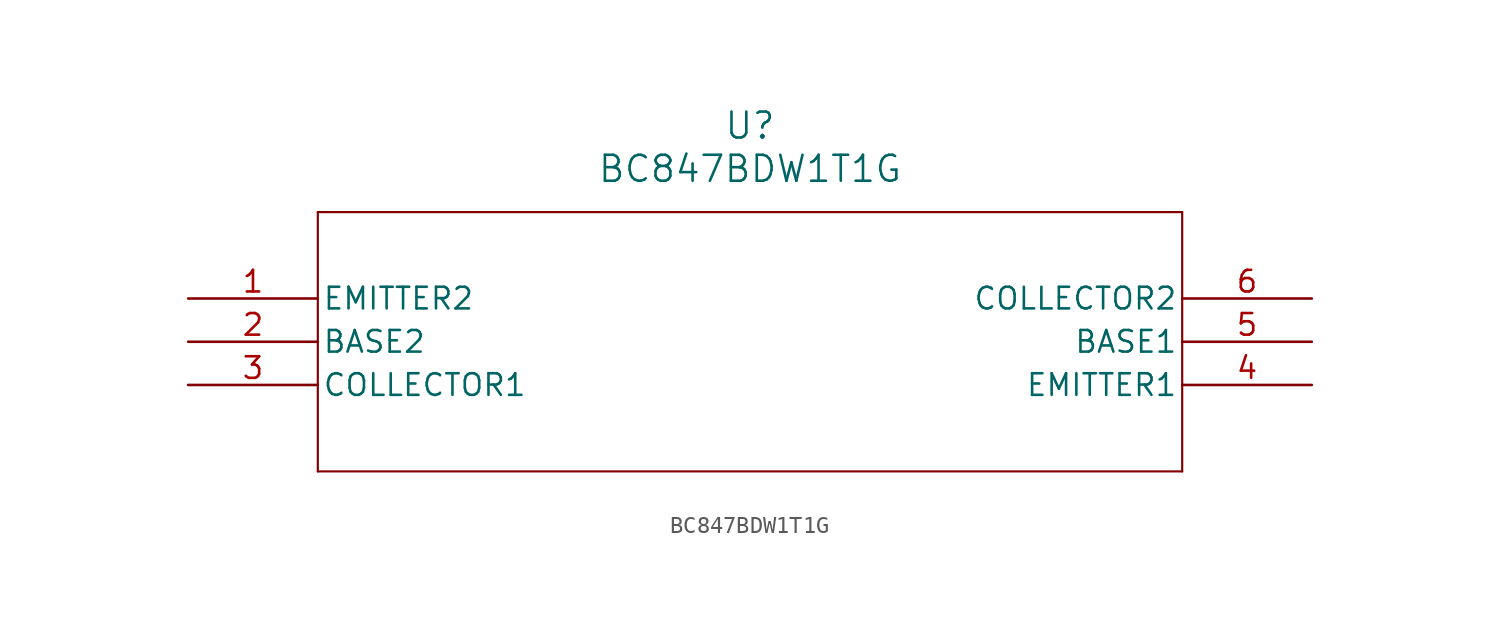
<source format=kicad_sym>
(kicad_symbol_lib
  (version 20231120)
  (generator "kicad_symbol_editor")
  (generator_version "8.0")
  (symbol "BC847BDW1T1G"
    (pin_names
      (offset 0.254))
    (property "Reference" "U"
      (at 33.02 10.16 0)
      (effects (font (size 1.524 1.524))))
    (property "Value" "BC847BDW1T1G"
      (at 33.02 7.62 0)
      (effects (font (size 1.524 1.524))))
    (property "ki_locked" ""
      (at 0 0 0)
      (effects (font (size 1.27 1.27))))
    (symbol "BC847BDW1T1G_0_1"
      (polyline (pts (xy 7.62 -10.16) (xy 58.42 -10.16)) (stroke (width 0.127) (type default)) (fill (type none)))
      (polyline (pts (xy 7.62 5.08) (xy 7.62 -10.16)) (stroke (width 0.127) (type default)) (fill (type none)))
      (polyline (pts (xy 58.42 -10.16) (xy 58.42 5.08)) (stroke (width 0.127) (type default)) (fill (type none)))
      (polyline (pts (xy 58.42 5.08) (xy 7.62 5.08)) (stroke (width 0.127) (type default)) (fill (type none))))
    (symbol "BC847BDW1T1G_1_1"
      (pin output line (at 0 0 0) (length 7.62) (name "EMITTER2" (effects (font (size 1.27 1.27)))) (number "1" (effects (font (size 1.27 1.27)))))
      (pin input line (at 0 -2.54 0) (length 7.62) (name "BASE2" (effects (font (size 1.27 1.27)))) (number "2" (effects (font (size 1.27 1.27)))))
      (pin input line (at 0 -5.08 0) (length 7.62) (name "COLLECTOR1" (effects (font (size 1.27 1.27)))) (number "3" (effects (font (size 1.27 1.27)))))
      (pin output line (at 66.04 -5.08 180) (length 7.62) (name "EMITTER1" (effects (font (size 1.27 1.27)))) (number "4" (effects (font (size 1.27 1.27)))))
      (pin input line (at 66.04 -2.54 180) (length 7.62) (name "BASE1" (effects (font (size 1.27 1.27)))) (number "5" (effects (font (size 1.27 1.27)))))
      (pin input line (at 66.04 0 180) (length 7.62) (name "COLLECTOR2" (effects (font (size 1.27 1.27)))) (number "6" (effects (font (size 1.27 1.27))))))))
</source>
